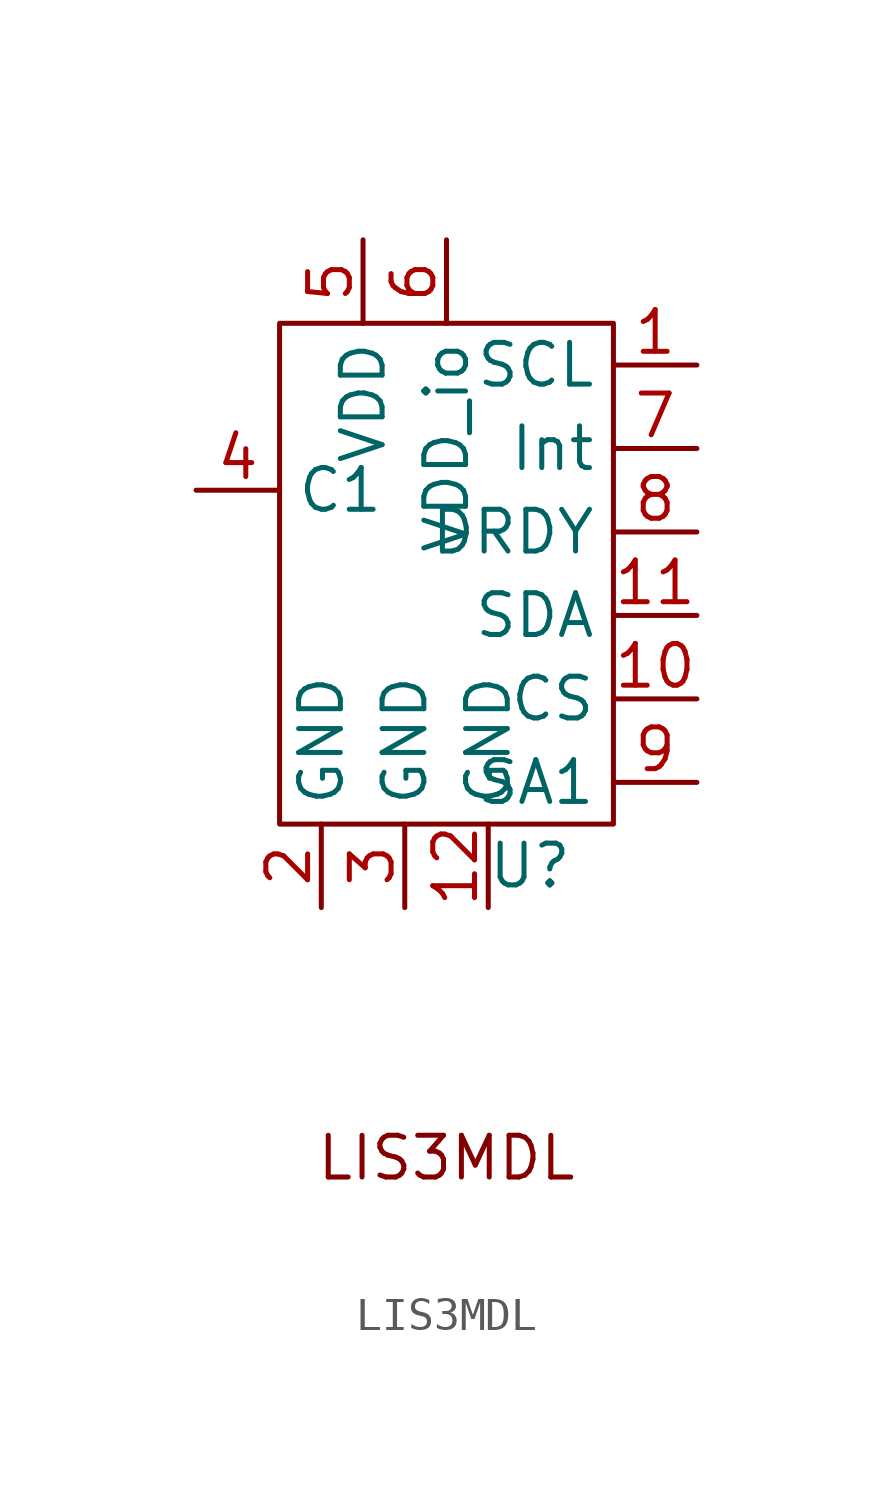
<source format=kicad_sym>
(kicad_symbol_lib
  (version 20220914)
  (generator kicad_symbol_editor)
  (symbol "LIS3MDL"
    (property "Reference" "U"
      (at 0 0 0)
      (effects (font (size 1.27 1.27))))
    (property "Value" ""
      (at 0 0 0)
      (effects (font (size 1.27 1.27))))
    (symbol "LIS3MDL_0_1"
      (rectangle (start -7.62 16.51) (end 2.54 1.27) (stroke (width 0) (type default)) (fill (type none))))
    (symbol "LIS3MDL_1_1"
      (text "LIS3MDL" (at -2.54 -8.89 0) (effects (font (size 1.27 1.27))))
      (pin bidirectional line (at 5.08 15.24 180) (length 2.54) (name "SCL" (effects (font (size 1.27 1.27)))) (number "1" (effects (font (size 1.27 1.27)))))
      (pin input line (at 5.08 5.08 180) (length 2.54) (name "CS" (effects (font (size 1.27 1.27)))) (number "10" (effects (font (size 1.27 1.27)))))
      (pin bidirectional line (at 5.08 7.62 180) (length 2.54) (name "SDA" (effects (font (size 1.27 1.27)))) (number "11" (effects (font (size 1.27 1.27)))))
      (pin power_out line (at -1.27 -1.27 90) (length 2.54) (name "GND" (effects (font (size 1.27 1.27)))) (number "12" (effects (font (size 1.27 1.27)))))
      (pin power_out line (at -6.35 -1.27 90) (length 2.54) (name "GND" (effects (font (size 1.27 1.27)))) (number "2" (effects (font (size 1.27 1.27)))))
      (pin power_out line (at -3.81 -1.27 90) (length 2.54) (name "GND" (effects (font (size 1.27 1.27)))) (number "3" (effects (font (size 1.27 1.27)))))
      (pin passive line (at -10.16 11.43 0) (length 2.54) (name "C1" (effects (font (size 1.27 1.27)))) (number "4" (effects (font (size 1.27 1.27)))))
      (pin power_in line (at -5.08 19.05 270) (length 2.54) (name "VDD" (effects (font (size 1.27 1.27)))) (number "5" (effects (font (size 1.27 1.27)))))
      (pin power_in line (at -2.54 19.05 270) (length 2.54) (name "VDD_io" (effects (font (size 1.27 1.27)))) (number "6" (effects (font (size 1.27 1.27)))))
      (pin output line (at 5.08 12.7 180) (length 2.54) (name "Int" (effects (font (size 1.27 1.27)))) (number "7" (effects (font (size 1.27 1.27)))))
      (pin output line (at 5.08 10.16 180) (length 2.54) (name "DRDY" (effects (font (size 1.27 1.27)))) (number "8" (effects (font (size 1.27 1.27)))))
      (pin output line (at 5.08 2.54 180) (length 2.54) (name "SA1" (effects (font (size 1.27 1.27)))) (number "9" (effects (font (size 1.27 1.27))))))))
</source>
